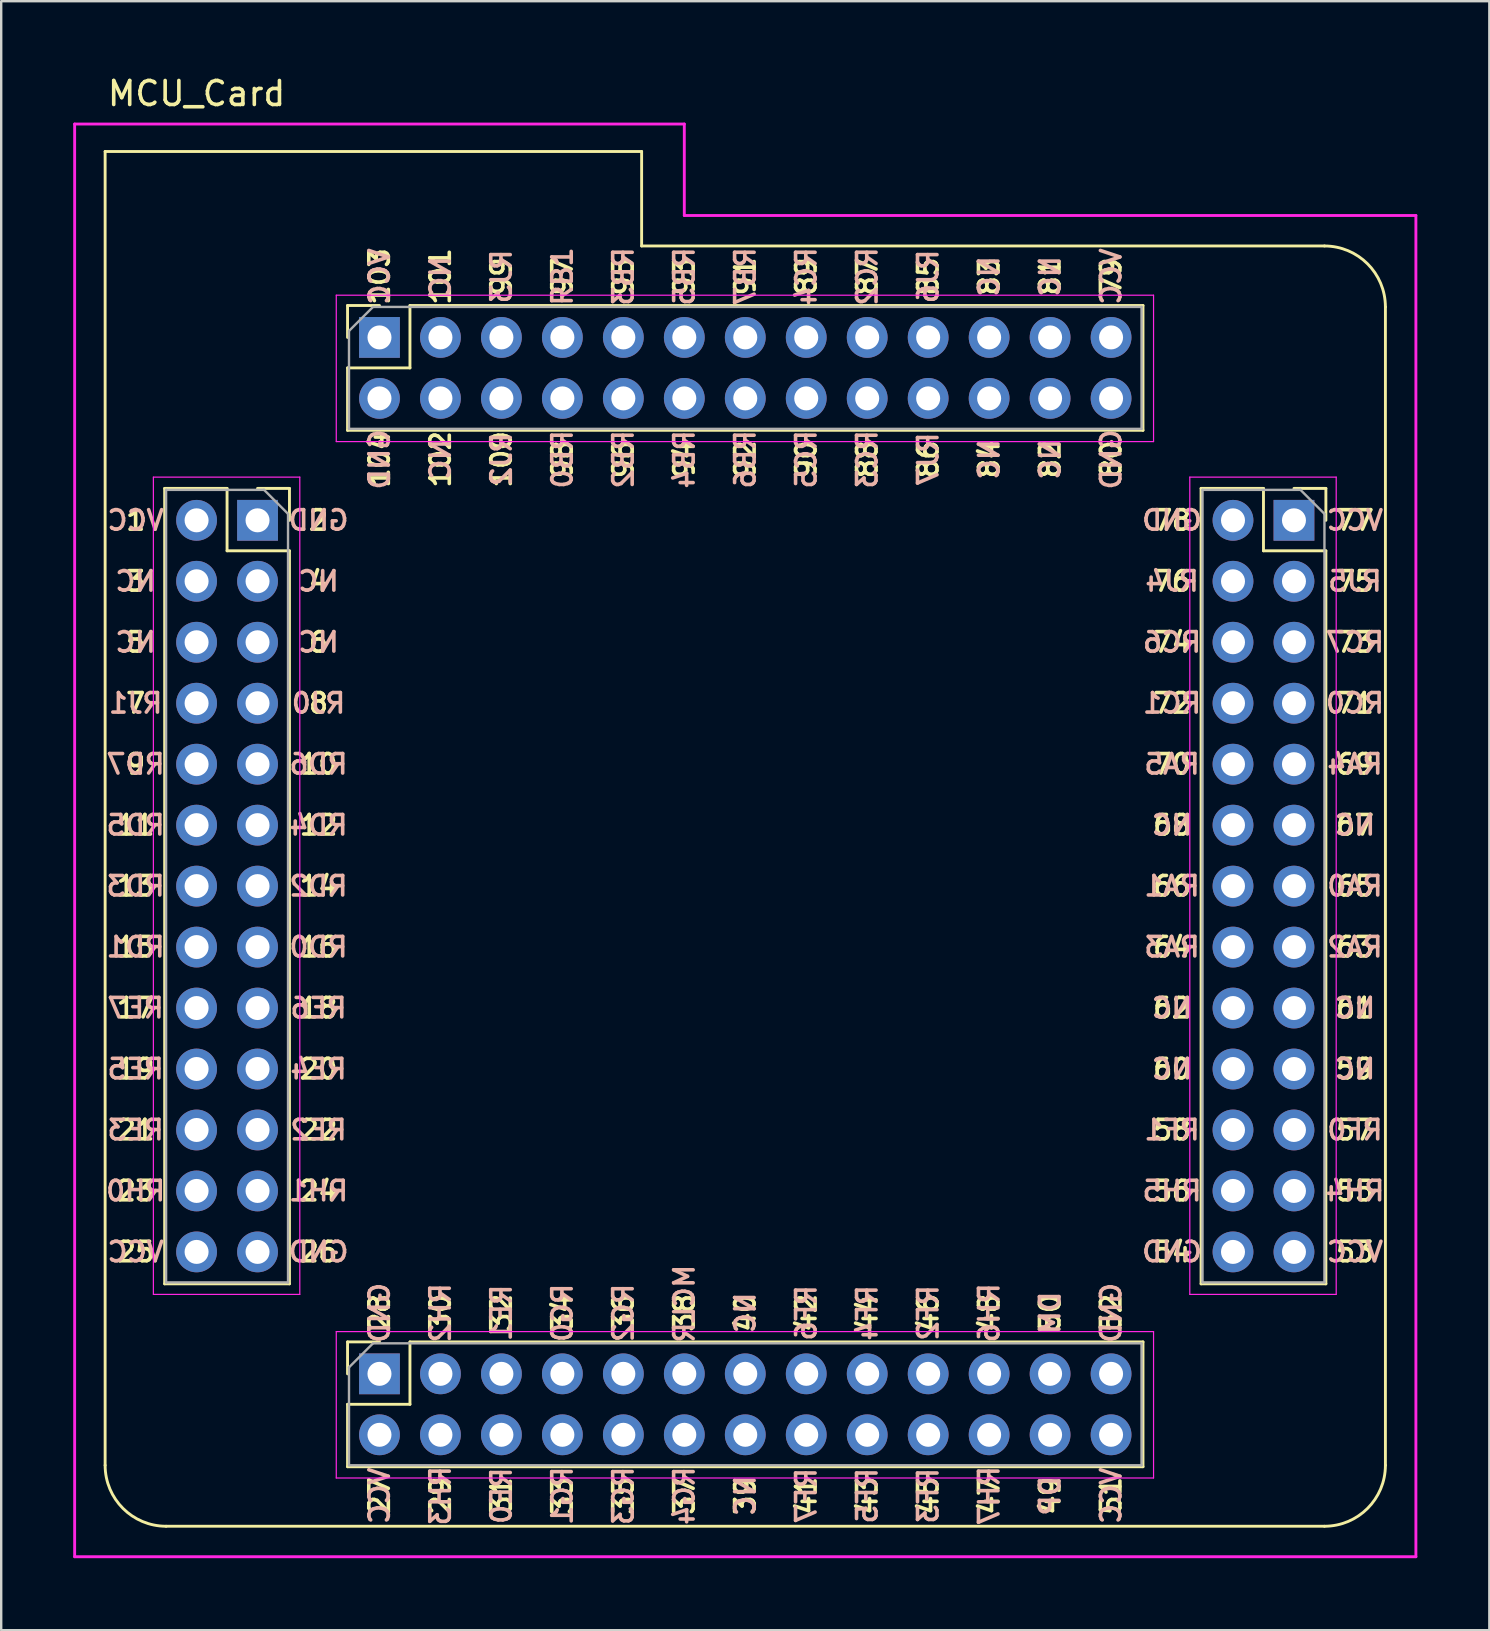
<source format=kicad_pcb>
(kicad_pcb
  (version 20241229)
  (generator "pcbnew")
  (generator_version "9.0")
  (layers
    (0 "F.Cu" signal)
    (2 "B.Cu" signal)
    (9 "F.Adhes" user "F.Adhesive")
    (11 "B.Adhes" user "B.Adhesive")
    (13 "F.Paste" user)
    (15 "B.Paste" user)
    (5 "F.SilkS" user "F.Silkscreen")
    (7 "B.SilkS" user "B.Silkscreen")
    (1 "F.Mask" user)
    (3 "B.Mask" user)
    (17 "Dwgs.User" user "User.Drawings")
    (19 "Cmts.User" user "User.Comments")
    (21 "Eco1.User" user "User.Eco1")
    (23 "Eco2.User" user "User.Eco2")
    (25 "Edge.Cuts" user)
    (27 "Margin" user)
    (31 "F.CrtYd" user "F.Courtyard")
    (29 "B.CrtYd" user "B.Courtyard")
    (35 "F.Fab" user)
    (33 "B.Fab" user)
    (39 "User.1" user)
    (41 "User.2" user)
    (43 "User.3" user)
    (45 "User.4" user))
  (footprint "MCU_Card"
    (layer "F.Cu")
    (at 7.68 33.868)
    (property "Reference" "MCU_Card" (at -2.54 -33.02 0) (layer "F.SilkS") (effects (font (size 1 1) (thickness 0.15))))
    (attr through_hole)
    (fp_line (start -6.35 -30.607) (end 16.002 -30.607) (stroke (width 0.12) (type solid)) (layer "F.SilkS"))
    (fp_line (start -6.35 24.13) (end -6.35 -30.607) (stroke (width 0.12) (type solid)) (layer "F.SilkS"))
    (fp_line (start -3.87 -16.57) (end -3.87 16.57) (stroke (width 0.12) (type solid)) (layer "F.SilkS"))
    (fp_line (start -3.87 -16.57) (end -1.27 -16.57) (stroke (width 0.12) (type solid)) (layer "F.SilkS"))
    (fp_line (start -3.87 16.57) (end 1.33 16.57) (stroke (width 0.12) (type solid)) (layer "F.SilkS"))
    (fp_line (start -1.27 -16.57) (end -1.27 -13.97) (stroke (width 0.12) (type solid)) (layer "F.SilkS"))
    (fp_line (start -1.27 -13.97) (end 1.33 -13.97) (stroke (width 0.12) (type solid)) (layer "F.SilkS"))
    (fp_line (start 0 -16.57) (end 1.33 -16.57) (stroke (width 0.12) (type solid)) (layer "F.SilkS"))
    (fp_line (start 1.33 -16.57) (end 1.33 -15.24) (stroke (width 0.12) (type solid)) (layer "F.SilkS"))
    (fp_line (start 1.33 -13.97) (end 1.33 16.57) (stroke (width 0.12) (type solid)) (layer "F.SilkS"))
    (fp_line (start 3.75 -24.19) (end 5.08 -24.19) (stroke (width 0.12) (type solid)) (layer "F.SilkS"))
    (fp_line (start 3.75 -22.86) (end 3.75 -24.19) (stroke (width 0.12) (type solid)) (layer "F.SilkS"))
    (fp_line (start 3.75 -21.59) (end 6.35 -21.59) (stroke (width 0.12) (type solid)) (layer "F.SilkS"))
    (fp_line (start 3.75 -18.99) (end 3.75 -21.59) (stroke (width 0.12) (type solid)) (layer "F.SilkS"))
    (fp_line (start 3.75 -18.99) (end 36.89 -18.99) (stroke (width 0.12) (type solid)) (layer "F.SilkS"))
    (fp_line (start 3.75 18.99) (end 5.08 18.99) (stroke (width 0.12) (type solid)) (layer "F.SilkS"))
    (fp_line (start 3.75 20.32) (end 3.75 18.99) (stroke (width 0.12) (type solid)) (layer "F.SilkS"))
    (fp_line (start 3.75 21.59) (end 6.35 21.59) (stroke (width 0.12) (type solid)) (layer "F.SilkS"))
    (fp_line (start 3.75 24.19) (end 3.75 21.59) (stroke (width 0.12) (type solid)) (layer "F.SilkS"))
    (fp_line (start 3.75 24.19) (end 36.89 24.19) (stroke (width 0.12) (type solid)) (layer "F.SilkS"))
    (fp_line (start 6.35 -24.19) (end 36.89 -24.19) (stroke (width 0.12) (type solid)) (layer "F.SilkS"))
    (fp_line (start 6.35 -21.59) (end 6.35 -24.19) (stroke (width 0.12) (type solid)) (layer "F.SilkS"))
    (fp_line (start 6.35 18.99) (end 36.89 18.99) (stroke (width 0.12) (type solid)) (layer "F.SilkS"))
    (fp_line (start 6.35 21.59) (end 6.35 18.99) (stroke (width 0.12) (type solid)) (layer "F.SilkS"))
    (fp_line (start 16.002 -26.67) (end 16.002 -30.607) (stroke (width 0.12) (type solid)) (layer "F.SilkS"))
    (fp_line (start 36.89 -18.99) (end 36.89 -24.19) (stroke (width 0.12) (type solid)) (layer "F.SilkS"))
    (fp_line (start 36.89 24.19) (end 36.89 18.99) (stroke (width 0.12) (type solid)) (layer "F.SilkS"))
    (fp_line (start 39.31 -16.57) (end 39.31 16.57) (stroke (width 0.12) (type solid)) (layer "F.SilkS"))
    (fp_line (start 39.31 -16.57) (end 41.91 -16.57) (stroke (width 0.12) (type solid)) (layer "F.SilkS"))
    (fp_line (start 39.31 16.57) (end 44.51 16.57) (stroke (width 0.12) (type solid)) (layer "F.SilkS"))
    (fp_line (start 41.91 -16.57) (end 41.91 -13.97) (stroke (width 0.12) (type solid)) (layer "F.SilkS"))
    (fp_line (start 41.91 -13.97) (end 44.51 -13.97) (stroke (width 0.12) (type solid)) (layer "F.SilkS"))
    (fp_line (start 43.18 -16.57) (end 44.51 -16.57) (stroke (width 0.12) (type solid)) (layer "F.SilkS"))
    (fp_line (start 44.45 -26.67) (end 16.002 -26.67) (stroke (width 0.12) (type solid)) (layer "F.SilkS"))
    (fp_line (start 44.45 26.67) (end -3.81 26.67) (stroke (width 0.12) (type solid)) (layer "F.SilkS"))
    (fp_line (start 44.51 -16.57) (end 44.51 -15.24) (stroke (width 0.12) (type solid)) (layer "F.SilkS"))
    (fp_line (start 44.51 -13.97) (end 44.51 16.57) (stroke (width 0.12) (type solid)) (layer "F.SilkS"))
    (fp_line (start 46.99 24.13) (end 46.99 -24.13) (stroke (width 0.12) (type solid)) (layer "F.SilkS"))
    (fp_arc (start -3.81 26.67) (mid -5.606051 25.926051) (end -6.35 24.13) (stroke (width 0.12) (type solid)) (layer "F.SilkS"))
    (fp_arc (start 44.45 -26.67) (mid 46.246051 -25.926051) (end 46.99 -24.13) (stroke (width 0.12) (type solid)) (layer "F.SilkS"))
    (fp_arc (start 46.99 24.13) (mid 46.246051 25.926051) (end 44.45 26.67) (stroke (width 0.12) (type solid)) (layer "F.SilkS"))
    (fp_line (start -7.62 -31.75) (end -7.62 27.94) (stroke (width 0.12) (type solid)) (layer "F.CrtYd"))
    (fp_line (start -7.62 27.94) (end 48.26 27.94) (stroke (width 0.12) (type solid)) (layer "F.CrtYd"))
    (fp_line (start -4.34 -17.04) (end 1.76 -17.04) (stroke (width 0.05) (type solid)) (layer "F.CrtYd"))
    (fp_line (start -4.34 17.01) (end -4.34 -17.04) (stroke (width 0.05) (type solid)) (layer "F.CrtYd"))
    (fp_line (start 1.76 -17.04) (end 1.76 17.01) (stroke (width 0.05) (type solid)) (layer "F.CrtYd"))
    (fp_line (start 1.76 17.01) (end -4.34 17.01) (stroke (width 0.05) (type solid)) (layer "F.CrtYd"))
    (fp_line (start 3.28 -24.62) (end 37.33 -24.62) (stroke (width 0.05) (type solid)) (layer "F.CrtYd"))
    (fp_line (start 3.28 -18.52) (end 3.28 -24.62) (stroke (width 0.05) (type solid)) (layer "F.CrtYd"))
    (fp_line (start 3.28 18.56) (end 37.33 18.56) (stroke (width 0.05) (type solid)) (layer "F.CrtYd"))
    (fp_line (start 3.28 24.66) (end 3.28 18.56) (stroke (width 0.05) (type solid)) (layer "F.CrtYd"))
    (fp_line (start 17.78 -31.75) (end -7.62 -31.75) (stroke (width 0.12) (type solid)) (layer "F.CrtYd"))
    (fp_line (start 17.78 -27.94) (end 17.78 -31.75) (stroke (width 0.12) (type solid)) (layer "F.CrtYd"))
    (fp_line (start 37.33 -24.62) (end 37.33 -18.52) (stroke (width 0.05) (type solid)) (layer "F.CrtYd"))
    (fp_line (start 37.33 -18.52) (end 3.28 -18.52) (stroke (width 0.05) (type solid)) (layer "F.CrtYd"))
    (fp_line (start 37.33 18.56) (end 37.33 24.66) (stroke (width 0.05) (type solid)) (layer "F.CrtYd"))
    (fp_line (start 37.33 24.66) (end 3.28 24.66) (stroke (width 0.05) (type solid)) (layer "F.CrtYd"))
    (fp_line (start 38.84 -17.04) (end 44.94 -17.04) (stroke (width 0.05) (type solid)) (layer "F.CrtYd"))
    (fp_line (start 38.84 17.01) (end 38.84 -17.04) (stroke (width 0.05) (type solid)) (layer "F.CrtYd"))
    (fp_line (start 44.94 -17.04) (end 44.94 17.01) (stroke (width 0.05) (type solid)) (layer "F.CrtYd"))
    (fp_line (start 44.94 17.01) (end 38.84 17.01) (stroke (width 0.05) (type solid)) (layer "F.CrtYd"))
    (fp_line (start 48.26 -27.94) (end 17.78 -27.94) (stroke (width 0.12) (type solid)) (layer "F.CrtYd"))
    (fp_line (start 48.26 27.94) (end 48.26 -27.94) (stroke (width 0.12) (type solid)) (layer "F.CrtYd"))
    (fp_line (start -3.81 -16.51) (end 0.27 -16.51) (stroke (width 0.1) (type solid)) (layer "F.Fab"))
    (fp_line (start -3.81 16.51) (end -3.81 -16.51) (stroke (width 0.1) (type solid)) (layer "F.Fab"))
    (fp_line (start 0.27 -16.51) (end 1.27 -15.51) (stroke (width 0.1) (type solid)) (layer "F.Fab"))
    (fp_line (start 1.27 -15.51) (end 1.27 16.51) (stroke (width 0.1) (type solid)) (layer "F.Fab"))
    (fp_line (start 1.27 16.51) (end -3.81 16.51) (stroke (width 0.1) (type solid)) (layer "F.Fab"))
    (fp_line (start 3.81 -23.13) (end 4.81 -24.13) (stroke (width 0.1) (type solid)) (layer "F.Fab"))
    (fp_line (start 3.81 -19.05) (end 3.81 -23.13) (stroke (width 0.1) (type solid)) (layer "F.Fab"))
    (fp_line (start 3.81 20.05) (end 4.81 19.05) (stroke (width 0.1) (type solid)) (layer "F.Fab"))
    (fp_line (start 3.81 24.13) (end 3.81 20.05) (stroke (width 0.1) (type solid)) (layer "F.Fab"))
    (fp_line (start 4.81 -24.13) (end 36.83 -24.13) (stroke (width 0.1) (type solid)) (layer "F.Fab"))
    (fp_line (start 4.81 19.05) (end 36.83 19.05) (stroke (width 0.1) (type solid)) (layer "F.Fab"))
    (fp_line (start 36.83 -24.13) (end 36.83 -19.05) (stroke (width 0.1) (type solid)) (layer "F.Fab"))
    (fp_line (start 36.83 -19.05) (end 3.81 -19.05) (stroke (width 0.1) (type solid)) (layer "F.Fab"))
    (fp_line (start 36.83 19.05) (end 36.83 24.13) (stroke (width 0.1) (type solid)) (layer "F.Fab"))
    (fp_line (start 36.83 24.13) (end 3.81 24.13) (stroke (width 0.1) (type solid)) (layer "F.Fab"))
    (fp_line (start 39.37 -16.51) (end 43.45 -16.51) (stroke (width 0.1) (type solid)) (layer "F.Fab"))
    (fp_line (start 39.37 16.51) (end 39.37 -16.51) (stroke (width 0.1) (type solid)) (layer "F.Fab"))
    (fp_line (start 43.45 -16.51) (end 44.45 -15.51) (stroke (width 0.1) (type solid)) (layer "F.Fab"))
    (fp_line (start 44.45 -15.51) (end 44.45 16.51) (stroke (width 0.1) (type solid)) (layer "F.Fab"))
    (fp_line (start 44.45 16.51) (end 39.37 16.51) (stroke (width 0.1) (type solid)) (layer "F.Fab"))
    (fp_text user "9" (at -5.08 -5.08 0) (layer "F.SilkS") (effects (font (size 0.813 0.813) (thickness 0.15))))
    (fp_text user "8" (at 2.54 -7.62 0) (layer "F.SilkS") (effects (font (size 0.813 0.813) (thickness 0.15))))
    (fp_text user "52" (at 35.56 17.78 90) (layer "F.SilkS") (effects (font (size 0.813 0.813) (thickness 0.15))))
    (fp_text user "31" (at 10.16 25.4 90) (layer "F.SilkS") (effects (font (size 0.813 0.787) (thickness 0.15))))
    (fp_text user "73" (at 45.72 -10.16 0) (layer "F.SilkS") (effects (font (size 0.813 0.813) (thickness 0.15))))
    (fp_text user "60" (at 38.1 7.62 0) (layer "F.SilkS") (effects (font (size 0.813 0.813) (thickness 0.15))))
    (fp_text user "34" (at 12.7 17.78 90) (layer "F.SilkS") (effects (font (size 0.813 0.813) (thickness 0.15))))
    (fp_text user "13" (at -5.08 0 0) (layer "F.SilkS") (effects (font (size 0.813 0.813) (thickness 0.15))))
    (fp_text user "53" (at 45.72 15.24 0) (layer "F.SilkS") (effects (font (size 0.813 0.813) (thickness 0.15))))
    (fp_text user "101" (at 7.62 -25.4 90) (layer "F.SilkS") (effects (font (size 0.813 0.813) (thickness 0.15))))
    (fp_text user "68" (at 38.1 -2.54 0) (layer "F.SilkS") (effects (font (size 0.813 0.813) (thickness 0.15))))
    (fp_text user "23" (at -5.08 12.7 0) (layer "F.SilkS") (effects (font (size 0.813 0.813) (thickness 0.15))))
    (fp_text user "50" (at 33.02 17.78 90) (layer "F.SilkS") (effects (font (size 0.813 0.813) (thickness 0.15))))
    (fp_text user "75" (at 45.72 -12.7 0) (layer "F.SilkS") (effects (font (size 0.813 0.813) (thickness 0.15))))
    (fp_text user "83" (at 30.48 -25.4 90) (layer "F.SilkS") (effects (font (size 0.813 0.813) (thickness 0.15))))
    (fp_text user "28" (at 5.08 17.78 90) (layer "F.SilkS") (effects (font (size 0.813 0.813) (thickness 0.15))))
    (fp_text user "26" (at 2.54 15.24 0) (layer "F.SilkS") (effects (font (size 0.813 0.813) (thickness 0.15))))
    (fp_text user "33" (at 12.7 25.4 90) (layer "F.SilkS") (effects (font (size 0.813 0.813) (thickness 0.15))))
    (fp_text user "2" (at 2.54 -15.24 0) (layer "F.SilkS") (effects (font (size 0.813 0.813) (thickness 0.15))))
    (fp_text user "11" (at -5.08 -2.54 0) (layer "F.SilkS") (effects (font (size 0.813 0.813) (thickness 0.15))))
    (fp_text user "98" (at 12.7 -17.78 90) (layer "F.SilkS") (effects (font (size 0.813 0.813) (thickness 0.15))))
    (fp_text user "22" (at 2.54 10.16 0) (layer "F.SilkS") (effects (font (size 0.813 0.813) (thickness 0.15))))
    (fp_text user "96" (at 15.24 -17.78 90) (layer "F.SilkS") (effects (font (size 0.813 0.813) (thickness 0.15))))
    (fp_text user "5" (at -5.08 -10.16 0) (layer "F.SilkS") (effects (font (size 0.813 0.813) (thickness 0.15))))
    (fp_text user "57" (at 45.72 10.16 0) (layer "F.SilkS") (effects (font (size 0.813 0.813) (thickness 0.15))))
    (fp_text user "6" (at 2.54 -10.16 0) (layer "F.SilkS") (effects (font (size 0.813 0.813) (thickness 0.15))))
    (fp_text user "72" (at 38.1 -7.62 0) (layer "F.SilkS") (effects (font (size 0.813 0.813) (thickness 0.15))))
    (fp_text user "61" (at 45.72 5.08 0) (layer "F.SilkS") (effects (font (size 0.813 0.813) (thickness 0.15))))
    (fp_text user "15" (at -5.08 2.54 0) (layer "F.SilkS") (effects (font (size 0.813 0.813) (thickness 0.15))))
    (fp_text user "102" (at 7.62 -17.78 90) (layer "F.SilkS") (effects (font (size 0.813 0.813) (thickness 0.15))))
    (fp_text user "20" (at 2.54 7.62 0) (layer "F.SilkS") (effects (font (size 0.813 0.813) (thickness 0.15))))
    (fp_text user "43" (at 25.4 25.4 90) (layer "F.SilkS") (effects (font (size 0.813 0.813) (thickness 0.15))))
    (fp_text user "91" (at 20.32 -25.4 90) (layer "F.SilkS") (effects (font (size 0.813 0.813) (thickness 0.15))))
    (fp_text user "16" (at 2.54 2.54 0) (layer "F.SilkS") (effects (font (size 0.813 0.813) (thickness 0.15))))
    (fp_text user "40" (at 20.32 17.78 90) (layer "F.SilkS") (effects (font (size 0.813 0.813) (thickness 0.15))))
    (fp_text user "66" (at 38.1 0 180) (layer "F.SilkS") (effects (font (size 0.813 0.813) (thickness 0.15))))
    (fp_text user "62" (at 38.1 5.08 0) (layer "F.SilkS") (effects (font (size 0.813 0.813) (thickness 0.15))))
    (fp_text user "42" (at 22.86 17.78 90) (layer "F.SilkS") (effects (font (size 0.813 0.813) (thickness 0.15))))
    (fp_text user "99" (at 10.16 -25.4 90) (layer "F.SilkS") (effects (font (size 0.813 0.813) (thickness 0.15))))
    (fp_text user "56" (at 38.1 12.7 0) (layer "F.SilkS") (effects (font (size 0.813 0.813) (thickness 0.15))))
    (fp_text user "10" (at 2.54 -5.08 0) (layer "F.SilkS") (effects (font (size 0.813 0.813) (thickness 0.15))))
    (fp_text user "64" (at 38.1 2.54 0) (layer "F.SilkS") (effects (font (size 0.813 0.813) (thickness 0.15))))
    (fp_text user "44" (at 25.4 17.78 90) (layer "F.SilkS") (effects (font (size 0.813 0.813) (thickness 0.15))))
    (fp_text user "70" (at 38.1 -5.08 0) (layer "F.SilkS") (effects (font (size 0.813 0.813) (thickness 0.15))))
    (fp_text user "86" (at 27.94 -17.78 90) (layer "F.SilkS") (effects (font (size 0.813 0.813) (thickness 0.15))))
    (fp_text user "92" (at 20.32 -17.78 90) (layer "F.SilkS") (effects (font (size 0.813 0.813) (thickness 0.15))))
    (fp_text user "51" (at 35.56 25.4 90) (layer "F.SilkS") (effects (font (size 0.813 0.813) (thickness 0.15))))
    (fp_text user "12" (at 2.54 -2.54 0) (layer "F.SilkS") (effects (font (size 0.813 0.813) (thickness 0.15))))
    (fp_text user "17" (at -5.08 5.08 0) (layer "F.SilkS") (effects (font (size 0.813 0.813) (thickness 0.15))))
    (fp_text user "39" (at 20.32 25.4 90) (layer "F.SilkS") (effects (font (size 0.813 0.813) (thickness 0.15))))
    (fp_text user "65" (at 45.72 0 0) (layer "F.SilkS") (effects (font (size 0.813 0.813) (thickness 0.15))))
    (fp_text user "104" (at 5.08 -17.78 90) (layer "F.SilkS") (effects (font (size 0.813 0.813) (thickness 0.15))))
    (fp_text user "49" (at 33.02 25.4 90) (layer "F.SilkS") (effects (font (size 0.813 0.813) (thickness 0.15))))
    (fp_text user "59" (at 45.72 7.62 0) (layer "F.SilkS") (effects (font (size 0.813 0.813) (thickness 0.15))))
    (fp_text user "30" (at 7.62 17.78 90) (layer "F.SilkS") (effects (font (size 0.813 0.813) (thickness 0.15))))
    (fp_text user "78" (at 38.1 -15.24 0) (layer "F.SilkS") (effects (font (size 0.813 0.813) (thickness 0.15))))
    (fp_text user "46" (at 27.94 17.78 90) (layer "F.SilkS") (effects (font (size 0.813 0.813) (thickness 0.15))))
    (fp_text user "80" (at 35.56 -17.78 90) (layer "F.SilkS") (effects (font (size 0.813 0.813) (thickness 0.15))))
    (fp_text user "19" (at -5.08 7.62 0) (layer "F.SilkS") (effects (font (size 0.813 0.813) (thickness 0.15))))
    (fp_text user "90" (at 22.86 -17.78 90) (layer "F.SilkS") (effects (font (size 0.813 0.813) (thickness 0.15))))
    (fp_text user "35" (at 15.24 25.4 90) (layer "F.SilkS") (effects (font (size 0.813 0.813) (thickness 0.15))))
    (fp_text user "14" (at 2.54 0 0) (layer "F.SilkS") (effects (font (size 0.813 0.813) (thickness 0.15))))
    (fp_text user "94" (at 17.78 -17.78 90) (layer "F.SilkS") (effects (font (size 0.813 0.813) (thickness 0.15))))
    (fp_text user "103" (at 5.08 -25.4 90) (layer "F.SilkS") (effects (font (size 0.813 0.813) (thickness 0.15))))
    (fp_text user "18" (at 2.54 5.08 0) (layer "F.SilkS") (effects (font (size 0.813 0.813) (thickness 0.15))))
    (fp_text user "71" (at 45.72 -7.62 0) (layer "F.SilkS") (effects (font (size 0.813 0.813) (thickness 0.15))))
    (fp_text user "4" (at 2.54 -12.7 0) (layer "F.SilkS") (effects (font (size 0.813 0.813) (thickness 0.15))))
    (fp_text user "95" (at 15.24 -25.4 90) (layer "F.SilkS") (effects (font (size 0.813 0.813) (thickness 0.15))))
    (fp_text user "81" (at 33.02 -25.4 90) (layer "F.SilkS") (effects (font (size 0.813 0.813) (thickness 0.15))))
    (fp_text user "84" (at 30.48 -17.78 90) (layer "F.SilkS") (effects (font (size 0.813 0.813) (thickness 0.15))))
    (fp_text user "97" (at 12.7 -25.4 90) (layer "F.SilkS") (effects (font (size 0.813 0.813) (thickness 0.15))))
    (fp_text user "3" (at -5.08 -12.7 0) (layer "F.SilkS") (effects (font (size 0.813 0.813) (thickness 0.15))))
    (fp_text user "45" (at 27.94 25.4 90) (layer "F.SilkS") (effects (font (size 0.813 0.813) (thickness 0.15))))
    (fp_text user "69" (at 45.72 -5.08 0) (layer "F.SilkS") (effects (font (size 0.813 0.813) (thickness 0.15))))
    (fp_text user "36" (at 15.24 17.78 90) (layer "F.SilkS") (effects (font (size 0.813 0.813) (thickness 0.15))))
    (fp_text user "67" (at 45.72 -2.54 0) (layer "F.SilkS") (effects (font (size 0.813 0.813) (thickness 0.15))))
    (fp_text user "32" (at 10.16 17.78 90) (layer "F.SilkS") (effects (font (size 0.813 0.813) (thickness 0.15))))
    (fp_text user "55" (at 45.72 12.7 0) (layer "F.SilkS") (effects (font (size 0.813 0.813) (thickness 0.15))))
    (fp_text user "88" (at 25.4 -17.78 90) (layer "F.SilkS") (effects (font (size 0.813 0.813) (thickness 0.15))))
    (fp_text user "48" (at 30.48 17.78 90) (layer "F.SilkS") (effects (font (size 0.813 0.813) (thickness 0.15))))
    (fp_text user "79" (at 35.56 -25.4 90) (layer "F.SilkS") (effects (font (size 0.813 0.813) (thickness 0.15))))
    (fp_text user "100" (at 10.16 -17.78 90) (layer "F.SilkS") (effects (font (size 0.813 0.813) (thickness 0.15))))
    (fp_text user "25" (at -5.08 15.24 0) (layer "F.SilkS") (effects (font (size 0.813 0.813) (thickness 0.15))))
    (fp_text user "87" (at 25.4 -25.4 90) (layer "F.SilkS") (effects (font (size 0.813 0.813) (thickness 0.15))))
    (fp_text user "24" (at 2.54 12.7 0) (layer "F.SilkS") (effects (font (size 0.813 0.813) (thickness 0.15))))
    (fp_text user "85" (at 27.94 -25.4 90) (layer "F.SilkS") (effects (font (size 0.813 0.813) (thickness 0.15))))
    (fp_text user "89" (at 22.86 -25.4 90) (layer "F.SilkS") (effects (font (size 0.813 0.813) (thickness 0.15))))
    (fp_text user "29" (at 7.62 25.4 90) (layer "F.SilkS") (effects (font (size 0.813 0.813) (thickness 0.15))))
    (fp_text user "7" (at -5.08 -7.62 0) (layer "F.SilkS") (effects (font (size 0.813 0.813) (thickness 0.15))))
    (fp_text user "47" (at 30.48 25.4 90) (layer "F.SilkS") (effects (font (size 0.813 0.813) (thickness 0.15))))
    (fp_text user "37" (at 17.78 25.4 90) (layer "F.SilkS") (effects (font (size 0.813 0.813) (thickness 0.15))))
    (fp_text user "41" (at 22.86 25.4 90) (layer "F.SilkS") (effects (font (size 0.813 0.813) (thickness 0.15))))
    (fp_text user "1" (at -5.08 -15.24 0) (layer "F.SilkS") (effects (font (size 0.813 0.813) (thickness 0.15))))
    (fp_text user "63" (at 45.72 2.54 0) (layer "F.SilkS") (effects (font (size 0.813 0.813) (thickness 0.15))))
    (fp_text user "38" (at 17.78 17.78 90) (layer "F.SilkS") (effects (font (size 0.813 0.813) (thickness 0.15))))
    (fp_text user "93" (at 17.78 -25.4 90) (layer "F.SilkS") (effects (font (size 0.813 0.813) (thickness 0.15))))
    (fp_text user "82" (at 33.02 -17.78 90) (layer "F.SilkS") (effects (font (size 0.813 0.813) (thickness 0.15))))
    (fp_text user "76" (at 38.1 -12.7 0) (layer "F.SilkS") (effects (font (size 0.813 0.813) (thickness 0.15))))
    (fp_text user "27" (at 5.08 25.4 90) (layer "F.SilkS") (effects (font (size 0.813 0.813) (thickness 0.15))))
    (fp_text user "74" (at 38.1 -10.16 0) (layer "F.SilkS") (effects (font (size 0.813 0.813) (thickness 0.15))))
    (fp_text user "58" (at 38.1 10.16 0) (layer "F.SilkS") (effects (font (size 0.813 0.813) (thickness 0.15))))
    (fp_text user "54" (at 38.1 15.24 0) (layer "F.SilkS") (effects (font (size 0.813 0.813) (thickness 0.15))))
    (fp_text user "21" (at -5.08 10.16 0) (layer "F.SilkS") (effects (font (size 0.813 0.813) (thickness 0.15))))
    (fp_text user "77" (at 45.72 -15.24 0) (layer "F.SilkS") (effects (font (size 0.813 0.813) (thickness 0.15))))
    (fp_text user "RJ7" (at 27.94 -17.78 90) (layer "B.SilkS") (effects (font (size 0.813 0.813) (thickness 0.15)) (justify mirror)))
    (fp_text user "RB4" (at 17.78 -17.78 90) (layer "B.SilkS") (effects (font (size 0.813 0.813) (thickness 0.15)) (justify mirror)))
    (fp_text user "NC" (at 20.32 17.78 90) (layer "B.SilkS") (effects (font (size 0.813 0.813) (thickness 0.15)) (justify mirror)))
    (fp_text user "RE2" (at 2.54 10.16 0) (layer "B.SilkS") (effects (font (size 0.813 0.813) (thickness 0.15)) (justify mirror)))
    (fp_text user "GND" (at 2.54 15.24 0) (layer "B.SilkS") (effects (font (size 0.813 0.813) (thickness 0.15)) (justify mirror)))
    (fp_text user "RH7" (at 30.48 25.4 270) (layer "B.SilkS") (effects (font (size 0.813 0.813) (thickness 0.15)) (justify mirror)))
    (fp_text user "RB1" (at 12.7 -25.4 90) (layer "B.SilkS") (effects (font (size 0.813 0.813) (thickness 0.15))))
    (fp_text user "RB2" (at 15.24 -17.78 90) (layer "B.SilkS") (effects (font (size 0.813 0.813) (thickness 0.15)) (justify mirror)))
    (fp_text user "RH6" (at 30.48 17.78 90) (layer "B.SilkS") (effects (font (size 0.813 0.813) (thickness 0.15)) (justify mirror)))
    (fp_text user "RD3" (at -5.08 0 0) (layer "B.SilkS") (effects (font (size 0.813 0.813) (thickness 0.15)) (justify mirror)))
    (fp_text user "RC3" (at 25.4 -17.78 90) (layer "B.SilkS") (effects (font (size 0.813 0.813) (thickness 0.15)) (justify mirror)))
    (fp_text user "NC" (at 2.54 -10.16 0) (layer "B.SilkS") (effects (font (size 0.813 0.813) (thickness 0.15)) (justify mirror)))
    (fp_text user "NC" (at 38.1 -2.54 0) (layer "B.SilkS") (effects (font (size 0.813 0.813) (thickness 0.15)) (justify mirror)))
    (fp_text user "RE1" (at 10.16 17.78 90) (layer "B.SilkS") (effects (font (size 0.813 0.813) (thickness 0.15)) (justify mirror)))
    (fp_text user "RB0" (at 12.7 -17.78 90) (layer "B.SilkS") (effects (font (size 0.813 0.813) (thickness 0.15)) (justify mirror)))
    (fp_text user "RE0" (at 10.16 25.4 270) (layer "B.SilkS") (effects (font (size 0.813 0.813) (thickness 0.15)) (justify mirror)))
    (fp_text user "RF3" (at 27.94 25.4 270) (layer "B.SilkS") (effects (font (size 0.813 0.813) (thickness 0.15)) (justify mirror)))
    (fp_text user "GND" (at 5.08 17.78 90) (layer "B.SilkS") (effects (font (size 0.813 0.813) (thickness 0.15)) (justify mirror)))
    (fp_text user "RA0" (at 45.72 0 0) (layer "B.SilkS") (effects (font (size 0.813 0.813) (thickness 0.15)) (justify mirror)))
    (fp_text user "RB6" (at 20.32 -17.78 90) (layer "B.SilkS") (effects (font (size 0.813 0.813) (thickness 0.15)) (justify mirror)))
    (fp_text user "VCC" (at 5.08 -25.4 90) (layer "B.SilkS") (effects (font (size 0.813 0.813) (thickness 0.15)) (justify mirror)))
    (fp_text user "NC" (at -5.08 -12.7 0) (layer "B.SilkS") (effects (font (size 0.813 0.813) (thickness 0.15)) (justify mirror)))
    (fp_text user "GND" (at 5.08 -17.78 90) (layer "B.SilkS") (effects (font (size 0.813 0.813) (thickness 0.15)) (justify mirror)))
    (fp_text user "RA1" (at 38.1 0 0) (layer "B.SilkS") (effects (font (size 0.813 0.813) (thickness 0.15)) (justify mirror)))
    (fp_text user "NC" (at 33.02 -25.4 90) (layer "B.SilkS") (effects (font (size 0.813 0.813) (thickness 0.15)) (justify mirror)))
    (fp_text user "RF4" (at 25.4 17.78 90) (layer "B.SilkS") (effects (font (size 0.813 0.813) (thickness 0.15)) (justify mirror)))
    (fp_text user "RB5" (at 17.78 -25.4 90) (layer "B.SilkS") (effects (font (size 0.813 0.813) (thickness 0.15)) (justify mirror)))
    (fp_text user "RF7" (at 22.86 25.4 270) (layer "B.SilkS") (effects (font (size 0.813 0.813) (thickness 0.15)) (justify mirror)))
    (fp_text user "RJ1" (at -5.08 -7.62 0) (layer "B.SilkS") (effects (font (size 0.813 0.813) (thickness 0.15)) (justify mirror)))
    (fp_text user "VCC" (at 45.72 15.24 0) (layer "B.SilkS") (effects (font (size 0.813 0.813) (thickness 0.15)) (justify mirror)))
    (fp_text user "RH5" (at 38.1 12.7 0) (layer "B.SilkS") (effects (font (size 0.813 0.813) (thickness 0.15)) (justify mirror)))
    (fp_text user "RH2" (at 7.62 17.78 90) (layer "B.SilkS") (effects (font (size 0.813 0.813) (thickness 0.15)) (justify mirror)))
    (fp_text user "VCC" (at 45.72 -15.24 0) (layer "B.SilkS") (effects (font (size 0.813 0.813) (thickness 0.15)) (justify mirror)))
    (fp_text user "RD1" (at -5.08 2.54 0) (layer "B.SilkS") (effects (font (size 0.813 0.813) (thickness 0.15)) (justify mirror)))
    (fp_text user "GND" (at 35.56 -17.78 90) (layer "B.SilkS") (effects (font (size 0.813 0.813) (thickness 0.15)) (justify mirror)))
    (fp_text user "RD0" (at 2.54 2.54 0) (layer "B.SilkS") (effects (font (size 0.813 0.813) (thickness 0.15)) (justify mirror)))
    (fp_text user "RD2" (at 2.54 0 0) (layer "B.SilkS") (effects (font (size 0.813 0.813) (thickness 0.15)) (justify mirror)))
    (fp_text user "NC" (at 45.72 -2.54 0) (layer "B.SilkS") (effects (font (size 0.813 0.813) (thickness 0.15)) (justify mirror)))
    (fp_text user "RE6" (at 2.54 5.08 0) (layer "B.SilkS") (effects (font (size 0.813 0.813) (thickness 0.15)) (justify mirror)))
    (fp_text user "VCC" (at -5.08 15.24 0) (layer "B.SilkS") (effects (font (size 0.813 0.813) (thickness 0.15)) (justify mirror)))
    (fp_text user "NC" (at 7.62 -17.78 90) (layer "B.SilkS") (effects (font (size 0.813 0.813) (thickness 0.15)) (justify mirror)))
    (fp_text user "VCC" (at 5.08 25.4 270) (layer "B.SilkS") (effects (font (size 0.813 0.813) (thickness 0.15)) (justify mirror)))
    (fp_text user "RF5" (at 25.4 25.4 270) (layer "B.SilkS") (effects (font (size 0.813 0.813) (thickness 0.15)) (justify mirror)))
    (fp_text user "NC" (at 38.1 5.08 0) (layer "B.SilkS") (effects (font (size 0.813 0.813) (thickness 0.15)) (justify mirror)))
    (fp_text user "GND" (at 35.56 17.78 90) (layer "B.SilkS") (effects (font (size 0.813 0.813) (thickness 0.15)) (justify mirror)))
    (fp_text user "NC" (at 20.32 25.4 270) (layer "B.SilkS") (effects (font (size 0.813 0.813) (thickness 0.15)) (justify mirror)))
    (fp_text user "NC" (at 45.72 5.08 0) (layer "B.SilkS") (effects (font (size 0.813 0.813) (thickness 0.15)) (justify mirror)))
    (fp_text user "RJ3" (at 10.16 -25.4 90) (layer "B.SilkS") (effects (font (size 0.813 0.813) (thickness 0.15)) (justify mirror)))
    (fp_text user "GND" (at 38.1 -15.24 0) (layer "B.SilkS") (effects (font (size 0.813 0.813) (thickness 0.15)) (justify mirror)))
    (fp_text user "RD6" (at 2.54 -5.08 0) (layer "B.SilkS") (effects (font (size 0.813 0.813) (thickness 0.15)) (justify mirror)))
    (fp_text user "RC7" (at 45.72 -10.16 0) (layer "B.SilkS") (effects (font (size 0.813 0.813) (thickness 0.15)) (justify mirror)))
    (fp_text user "RH4" (at 45.72 12.7 0) (layer "B.SilkS") (effects (font (size 0.813 0.813) (thickness 0.15)) (justify mirror)))
    (fp_text user "NC" (at 33.02 -17.78 90) (layer "B.SilkS") (effects (font (size 0.813 0.813) (thickness 0.15)) (justify mirror)))
    (fp_text user "RF2" (at 27.94 17.78 90) (layer "B.SilkS") (effects (font (size 0.813 0.813) (thickness 0.15)) (justify mirror)))
    (fp_text user "VCC" (at -5.08 -15.24 0) (layer "B.SilkS") (effects (font (size 0.813 0.813) (thickness 0.15)) (justify mirror)))
    (fp_text user "RH3" (at 7.62 25.4 90) (layer "B.SilkS") (effects (font (size 0.813 0.813) (thickness 0.15)) (justify mirror)))
    (fp_text user "RH1" (at 2.54 12.7 0) (layer "B.SilkS") (effects (font (size 0.813 0.813) (thickness 0.15)) (justify mirror)))
    (fp_text user "NC" (at 30.48 -17.78 90) (layer "B.SilkS") (effects (font (size 0.813 0.813) (thickness 0.15)) (justify mirror)))
    (fp_text user "RC4" (at 22.86 -25.4 90) (layer "B.SilkS") (effects (font (size 0.813 0.813) (thickness 0.15)) (justify mirror)))
    (fp_text user "RE3" (at -5.08 10.16 0) (layer "B.SilkS") (effects (font (size 0.813 0.813) (thickness 0.15)) (justify mirror)))
    (fp_text user "DP" (at 33.02 25.4 270) (layer "B.SilkS") (effects (font (size 0.813 0.813) (thickness 0.15)) (justify mirror)))
    (fp_text user "NC" (at 38.1 7.62 0) (layer "B.SilkS") (effects (font (size 0.813 0.813) (thickness 0.15)) (justify mirror)))
    (fp_text user "RG4" (at 17.78 25.4 270) (layer "B.SilkS") (effects (font (size 0.813 0.813) (thickness 0.15)) (justify mirror)))
    (fp_text user "RJ6" (at 27.94 -25.4 90) (layer "B.SilkS") (effects (font (size 0.813 0.813) (thickness 0.15)) (justify mirror)))
    (fp_text user "RD7" (at -5.08 -5.08 0) (layer "B.SilkS") (effects (font (size 0.813 0.813) (thickness 0.15)) (justify mirror)))
    (fp_text user "RA5" (at 38.1 -5.08 0) (layer "B.SilkS") (effects (font (size 0.813 0.813) (thickness 0.15)) (justify mirror)))
    (fp_text user "DM" (at 33.02 17.78 90) (layer "B.SilkS") (effects (font (size 0.813 0.813) (thickness 0.15)) (justify mirror)))
    (fp_text user "RD5" (at -5.08 -2.54 0) (layer "B.SilkS") (effects (font (size 0.813 0.813) (thickness 0.15)) (justify mirror)))
    (fp_text user "NC" (at -5.08 -10.16 0) (layer "B.SilkS") (effects (font (size 0.813 0.813) (thickness 0.15)) (justify mirror)))
    (fp_text user "RD4" (at 2.54 -2.54 0) (layer "B.SilkS") (effects (font (size 0.813 0.813) (thickness 0.15)) (justify mirror)))
    (fp_text user "RC5" (at 22.86 -17.78 90) (layer "B.SilkS") (effects (font (size 0.813 0.813) (thickness 0.15)) (justify mirror)))
    (fp_text user "RF0" (at 45.72 10.16 0) (layer "B.SilkS") (effects (font (size 0.813 0.813) (thickness 0.15)) (justify mirror)))
    (fp_text user "RC6" (at 38.1 -10.16 0) (layer "B.SilkS") (effects (font (size 0.813 0.813) (thickness 0.15)) (justify mirror)))
    (fp_text user "RE7" (at -5.08 5.08 0) (layer "B.SilkS") (effects (font (size 0.813 0.813) (thickness 0.15)) (justify mirror)))
    (fp_text user "GND" (at 38.1 15.24 0) (layer "B.SilkS") (effects (font (size 0.813 0.813) (thickness 0.15)) (justify mirror)))
    (fp_text user "RA3" (at 38.1 2.54 0) (layer "B.SilkS") (effects (font (size 0.813 0.813) (thickness 0.15)) (justify mirror)))
    (fp_text user "RJ0" (at 2.54 -7.62 0) (layer "B.SilkS") (effects (font (size 0.813 0.813) (thickness 0.15)) (justify mirror)))
    (fp_text user "RB7" (at 20.32 -25.4 90) (layer "B.SilkS") (effects (font (size 0.813 0.813) (thickness 0.15)) (justify mirror)))
    (fp_text user "VCC" (at 35.56 -25.4 90) (layer "B.SilkS") (effects (font (size 0.813 0.813) (thickness 0.15)) (justify mirror)))
    (fp_text user "RH0" (at -5.08 12.7 0) (layer "B.SilkS") (effects (font (size 0.813 0.813) (thickness 0.15)) (justify mirror)))
    (fp_text user "RE5" (at -5.08 7.62 0) (layer "B.SilkS") (effects (font (size 0.813 0.813) (thickness 0.15)) (justify mirror)))
    (fp_text user "NC" (at 30.48 -25.4 90) (layer "B.SilkS") (effects (font (size 0.813 0.813) (thickness 0.15)) (justify mirror)))
    (fp_text user "NC" (at 7.62 -25.4 90) (layer "B.SilkS") (effects (font (size 0.813 0.813) (thickness 0.15)) (justify mirror)))
    (fp_text user "RF1" (at 38.1 10.16 0) (layer "B.SilkS") (effects (font (size 0.813 0.813) (thickness 0.15)) (justify mirror)))
    (fp_text user "RE4" (at 2.54 7.62 0) (layer "B.SilkS") (effects (font (size 0.813 0.813) (thickness 0.15)) (justify mirror)))
    (fp_text user "RC1" (at 38.1 -7.62 0) (layer "B.SilkS") (effects (font (size 0.813 0.813) (thickness 0.15)) (justify mirror)))
    (fp_text user "RJ5" (at 45.72 -12.7 0) (layer "B.SilkS") (effects (font (size 0.813 0.813) (thickness 0.15)) (justify mirror)))
    (fp_text user "MCLR" (at 17.78 17.399 90) (layer "B.SilkS") (effects (font (size 0.813 0.813) (thickness 0.15)) (justify mirror)))
    (fp_text user "RG2" (at 15.24 17.78 90) (layer "B.SilkS") (effects (font (size 0.813 0.813) (thickness 0.15)) (justify mirror)))
    (fp_text user "RG0" (at 12.7 17.78 90) (layer "B.SilkS") (effects (font (size 0.813 0.813) (thickness 0.15)) (justify mirror)))
    (fp_text user "RF6" (at 22.86 17.78 90) (layer "B.SilkS") (effects (font (size 0.813 0.813) (thickness 0.15)) (justify mirror)))
    (fp_text user "NC" (at 2.54 -12.7 0) (layer "B.SilkS") (effects (font (size 0.813 0.813) (thickness 0.15)) (justify mirror)))
    (fp_text user "NC" (at 45.72 7.62 0) (layer "B.SilkS") (effects (font (size 0.813 0.813) (thickness 0.15)) (justify mirror)))
    (fp_text user "RJ2" (at 10.16 -17.78 90) (layer "B.SilkS") (effects (font (size 0.813 0.813) (thickness 0.15)) (justify mirror)))
    (fp_text user "RA4" (at 45.72 -5.08 0) (layer "B.SilkS") (effects (font (size 0.813 0.813) (thickness 0.15)) (justify mirror)))
    (fp_text user "RJ4" (at 38.1 -12.7 0) (layer "B.SilkS") (effects (font (size 0.813 0.813) (thickness 0.15)) (justify mirror)))
    (fp_text user "RC0" (at 45.72 -7.62 0) (layer "B.SilkS") (effects (font (size 0.813 0.813) (thickness 0.15)) (justify mirror)))
    (fp_text user "GND" (at 2.54 -15.24 0) (layer "B.SilkS") (effects (font (size 0.813 0.813) (thickness 0.15)) (justify mirror)))
    (fp_text user "RG1" (at 12.7 25.4 270) (layer "B.SilkS") (effects (font (size 0.813 0.813) (thickness 0.15)) (justify mirror)))
    (fp_text user "RB3" (at 15.24 -25.4 90) (layer "B.SilkS") (effects (font (size 0.813 0.813) (thickness 0.15)) (justify mirror)))
    (fp_text user "RA2" (at 45.72 2.54 0) (layer "B.SilkS") (effects (font (size 0.813 0.813) (thickness 0.15)) (justify mirror)))
    (fp_text user "RG3" (at 15.24 25.4 270) (layer "B.SilkS") (effects (font (size 0.813 0.813) (thickness 0.15)) (justify mirror)))
    (fp_text user "VCC" (at 35.56 25.4 270) (layer "B.SilkS") (effects (font (size 0.813 0.813) (thickness 0.15)) (justify mirror)))
    (fp_text user "RC2" (at 25.4 -25.4 90) (layer "B.SilkS") (effects (font (size 0.813 0.813) (thickness 0.15)) (justify mirror)))
    (pad "1" thru_hole oval (at -2.54 -15.24) (size 1.7 1.7) (drill 1) (layers "*.Cu" "*.Mask"))
    (pad "2" thru_hole rect (at 0 -15.24) (size 1.7 1.7) (drill 1) (layers "*.Cu" "*.Mask"))
    (pad "3" thru_hole oval (at -2.54 -12.7) (size 1.7 1.7) (drill 1) (layers "*.Cu" "*.Mask"))
    (pad "4" thru_hole oval (at 0 -12.7) (size 1.7 1.7) (drill 1) (layers "*.Cu" "*.Mask"))
    (pad "5" thru_hole oval (at -2.54 -10.16) (size 1.7 1.7) (drill 1) (layers "*.Cu" "*.Mask"))
    (pad "6" thru_hole oval (at 0 -10.16) (size 1.7 1.7) (drill 1) (layers "*.Cu" "*.Mask"))
    (pad "7" thru_hole oval (at -2.54 -7.62) (size 1.7 1.7) (drill 1) (layers "*.Cu" "*.Mask"))
    (pad "8" thru_hole oval (at 0 -7.62) (size 1.7 1.7) (drill 1) (layers "*.Cu" "*.Mask"))
    (pad "9" thru_hole oval (at -2.54 -5.08) (size 1.7 1.7) (drill 1) (layers "*.Cu" "*.Mask"))
    (pad "10" thru_hole oval (at 0 -5.08) (size 1.7 1.7) (drill 1) (layers "*.Cu" "*.Mask"))
    (pad "11" thru_hole oval (at -2.54 -2.54) (size 1.7 1.7) (drill 1) (layers "*.Cu" "*.Mask"))
    (pad "12" thru_hole oval (at 0 -2.54) (size 1.7 1.7) (drill 1) (layers "*.Cu" "*.Mask"))
    (pad "13" thru_hole oval (at -2.54 0) (size 1.7 1.7) (drill 1) (layers "*.Cu" "*.Mask"))
    (pad "14" thru_hole oval (at 0 0) (size 1.7 1.7) (drill 1) (layers "*.Cu" "*.Mask"))
    (pad "15" thru_hole oval (at -2.54 2.54) (size 1.7 1.7) (drill 1) (layers "*.Cu" "*.Mask"))
    (pad "16" thru_hole oval (at 0 2.54) (size 1.7 1.7) (drill 1) (layers "*.Cu" "*.Mask"))
    (pad "17" thru_hole oval (at -2.54 5.08) (size 1.7 1.7) (drill 1) (layers "*.Cu" "*.Mask"))
    (pad "18" thru_hole oval (at 0 5.08) (size 1.7 1.7) (drill 1) (layers "*.Cu" "*.Mask"))
    (pad "19" thru_hole oval (at -2.54 7.62) (size 1.7 1.7) (drill 1) (layers "*.Cu" "*.Mask"))
    (pad "20" thru_hole oval (at 0 7.62) (size 1.7 1.7) (drill 1) (layers "*.Cu" "*.Mask"))
    (pad "21" thru_hole oval (at -2.54 10.16) (size 1.7 1.7) (drill 1) (layers "*.Cu" "*.Mask"))
    (pad "22" thru_hole oval (at 0 10.16) (size 1.7 1.7) (drill 1) (layers "*.Cu" "*.Mask"))
    (pad "23" thru_hole oval (at -2.54 12.7) (size 1.7 1.7) (drill 1) (layers "*.Cu" "*.Mask"))
    (pad "24" thru_hole oval (at 0 12.7) (size 1.7 1.7) (drill 1) (layers "*.Cu" "*.Mask"))
    (pad "25" thru_hole oval (at -2.54 15.24) (size 1.7 1.7) (drill 1) (layers "*.Cu" "*.Mask"))
    (pad "26" thru_hole oval (at 0 15.24) (size 1.7 1.7) (drill 1) (layers "*.Cu" "*.Mask"))
    (pad "27" thru_hole oval (at 5.08 22.86 90) (size 1.7 1.7) (drill 1) (layers "*.Cu" "*.Mask"))
    (pad "28" thru_hole rect (at 5.08 20.32 90) (size 1.7 1.7) (drill 1) (layers "*.Cu" "*.Mask"))
    (pad "29" thru_hole oval (at 7.62 22.86 90) (size 1.7 1.7) (drill 1) (layers "*.Cu" "*.Mask"))
    (pad "30" thru_hole oval (at 7.62 20.32 90) (size 1.7 1.7) (drill 1) (layers "*.Cu" "*.Mask"))
    (pad "31" thru_hole oval (at 10.16 22.86 90) (size 1.7 1.7) (drill 1) (layers "*.Cu" "*.Mask"))
    (pad "32" thru_hole oval (at 10.16 20.32 90) (size 1.7 1.7) (drill 1) (layers "*.Cu" "*.Mask"))
    (pad "33" thru_hole oval (at 12.7 22.86 90) (size 1.7 1.7) (drill 1) (layers "*.Cu" "*.Mask"))
    (pad "34" thru_hole oval (at 12.7 20.32 90) (size 1.7 1.7) (drill 1) (layers "*.Cu" "*.Mask"))
    (pad "35" thru_hole oval (at 15.24 22.86 90) (size 1.7 1.7) (drill 1) (layers "*.Cu" "*.Mask"))
    (pad "36" thru_hole oval (at 15.24 20.32 90) (size 1.7 1.7) (drill 1) (layers "*.Cu" "*.Mask"))
    (pad "37" thru_hole oval (at 17.78 22.86 90) (size 1.7 1.7) (drill 1) (layers "*.Cu" "*.Mask"))
    (pad "38" thru_hole oval (at 17.78 20.32 90) (size 1.7 1.7) (drill 1) (layers "*.Cu" "*.Mask"))
    (pad "39" thru_hole oval (at 20.32 22.86 90) (size 1.7 1.7) (drill 1) (layers "*.Cu" "*.Mask"))
    (pad "40" thru_hole oval (at 20.32 20.32 90) (size 1.7 1.7) (drill 1) (layers "*.Cu" "*.Mask"))
    (pad "41" thru_hole oval (at 22.86 22.86 90) (size 1.7 1.7) (drill 1) (layers "*.Cu" "*.Mask"))
    (pad "42" thru_hole oval (at 22.86 20.32 90) (size 1.7 1.7) (drill 1) (layers "*.Cu" "*.Mask"))
    (pad "43" thru_hole oval (at 25.4 22.86 90) (size 1.7 1.7) (drill 1) (layers "*.Cu" "*.Mask"))
    (pad "44" thru_hole oval (at 25.4 20.32 90) (size 1.7 1.7) (drill 1) (layers "*.Cu" "*.Mask"))
    (pad "45" thru_hole oval (at 27.94 22.86 90) (size 1.7 1.7) (drill 1) (layers "*.Cu" "*.Mask"))
    (pad "46" thru_hole oval (at 27.94 20.32 90) (size 1.7 1.7) (drill 1) (layers "*.Cu" "*.Mask"))
    (pad "47" thru_hole oval (at 30.48 22.86 90) (size 1.7 1.7) (drill 1) (layers "*.Cu" "*.Mask"))
    (pad "48" thru_hole oval (at 30.48 20.32 90) (size 1.7 1.7) (drill 1) (layers "*.Cu" "*.Mask"))
    (pad "49" thru_hole oval (at 33.02 22.86 90) (size 1.7 1.7) (drill 1) (layers "*.Cu" "*.Mask"))
    (pad "50" thru_hole oval (at 33.02 20.32 90) (size 1.7 1.7) (drill 1) (layers "*.Cu" "*.Mask"))
    (pad "51" thru_hole oval (at 35.56 22.86 90) (size 1.7 1.7) (drill 1) (layers "*.Cu" "*.Mask"))
    (pad "52" thru_hole oval (at 35.56 20.32 90) (size 1.7 1.7) (drill 1) (layers "*.Cu" "*.Mask"))
    (pad "53" thru_hole oval (at 43.18 15.24) (size 1.7 1.7) (drill 1) (layers "*.Cu" "*.Mask"))
    (pad "54" thru_hole oval (at 40.64 15.24) (size 1.7 1.7) (drill 1) (layers "*.Cu" "*.Mask"))
    (pad "55" thru_hole oval (at 43.18 12.7) (size 1.7 1.7) (drill 1) (layers "*.Cu" "*.Mask"))
    (pad "56" thru_hole oval (at 40.64 12.7) (size 1.7 1.7) (drill 1) (layers "*.Cu" "*.Mask"))
    (pad "57" thru_hole oval (at 43.18 10.16) (size 1.7 1.7) (drill 1) (layers "*.Cu" "*.Mask"))
    (pad "58" thru_hole oval (at 40.64 10.16) (size 1.7 1.7) (drill 1) (layers "*.Cu" "*.Mask"))
    (pad "59" thru_hole oval (at 43.18 7.62) (size 1.7 1.7) (drill 1) (layers "*.Cu" "*.Mask"))
    (pad "60" thru_hole oval (at 40.64 7.62) (size 1.7 1.7) (drill 1) (layers "*.Cu" "*.Mask"))
    (pad "61" thru_hole oval (at 43.18 5.08) (size 1.7 1.7) (drill 1) (layers "*.Cu" "*.Mask"))
    (pad "62" thru_hole oval (at 40.64 5.08) (size 1.7 1.7) (drill 1) (layers "*.Cu" "*.Mask"))
    (pad "63" thru_hole oval (at 43.18 2.54) (size 1.7 1.7) (drill 1) (layers "*.Cu" "*.Mask"))
    (pad "64" thru_hole oval (at 40.64 2.54) (size 1.7 1.7) (drill 1) (layers "*.Cu" "*.Mask"))
    (pad "65" thru_hole oval (at 43.18 0) (size 1.7 1.7) (drill 1) (layers "*.Cu" "*.Mask"))
    (pad "66" thru_hole oval (at 40.64 0) (size 1.7 1.7) (drill 1) (layers "*.Cu" "*.Mask"))
    (pad "67" thru_hole oval (at 43.18 -2.54) (size 1.7 1.7) (drill 1) (layers "*.Cu" "*.Mask"))
    (pad "68" thru_hole oval (at 40.64 -2.54) (size 1.7 1.7) (drill 1) (layers "*.Cu" "*.Mask"))
    (pad "69" thru_hole oval (at 43.18 -5.08) (size 1.7 1.7) (drill 1) (layers "*.Cu" "*.Mask"))
    (pad "70" thru_hole oval (at 40.64 -5.08) (size 1.7 1.7) (drill 1) (layers "*.Cu" "*.Mask"))
    (pad "71" thru_hole oval (at 43.18 -7.62) (size 1.7 1.7) (drill 1) (layers "*.Cu" "*.Mask"))
    (pad "72" thru_hole oval (at 40.64 -7.62) (size 1.7 1.7) (drill 1) (layers "*.Cu" "*.Mask"))
    (pad "73" thru_hole oval (at 43.18 -10.16) (size 1.7 1.7) (drill 1) (layers "*.Cu" "*.Mask"))
    (pad "74" thru_hole oval (at 40.64 -10.16) (size 1.7 1.7) (drill 1) (layers "*.Cu" "*.Mask"))
    (pad "75" thru_hole oval (at 43.18 -12.7) (size 1.7 1.7) (drill 1) (layers "*.Cu" "*.Mask"))
    (pad "76" thru_hole oval (at 40.64 -12.7) (size 1.7 1.7) (drill 1) (layers "*.Cu" "*.Mask"))
    (pad "77" thru_hole rect (at 43.18 -15.24) (size 1.7 1.7) (drill 1) (layers "*.Cu" "*.Mask"))
    (pad "78" thru_hole oval (at 40.64 -15.24) (size 1.7 1.7) (drill 1) (layers "*.Cu" "*.Mask"))
    (pad "79" thru_hole oval (at 35.56 -22.86 90) (size 1.7 1.7) (drill 1) (layers "*.Cu" "*.Mask"))
    (pad "80" thru_hole oval (at 35.56 -20.32 90) (size 1.7 1.7) (drill 1) (layers "*.Cu" "*.Mask"))
    (pad "81" thru_hole oval (at 33.02 -22.86 90) (size 1.7 1.7) (drill 1) (layers "*.Cu" "*.Mask"))
    (pad "82" thru_hole oval (at 33.02 -20.32 90) (size 1.7 1.7) (drill 1) (layers "*.Cu" "*.Mask"))
    (pad "83" thru_hole oval (at 30.48 -22.86 90) (size 1.7 1.7) (drill 1) (layers "*.Cu" "*.Mask"))
    (pad "84" thru_hole oval (at 30.48 -20.32 90) (size 1.7 1.7) (drill 1) (layers "*.Cu" "*.Mask"))
    (pad "85" thru_hole oval (at 27.94 -22.86 90) (size 1.7 1.7) (drill 1) (layers "*.Cu" "*.Mask"))
    (pad "86" thru_hole oval (at 27.94 -20.32 90) (size 1.7 1.7) (drill 1) (layers "*.Cu" "*.Mask"))
    (pad "87" thru_hole oval (at 25.4 -22.86 90) (size 1.7 1.7) (drill 1) (layers "*.Cu" "*.Mask"))
    (pad "88" thru_hole oval (at 25.4 -20.32 90) (size 1.7 1.7) (drill 1) (layers "*.Cu" "*.Mask"))
    (pad "89" thru_hole oval (at 22.86 -22.86 90) (size 1.7 1.7) (drill 1) (layers "*.Cu" "*.Mask"))
    (pad "90" thru_hole oval (at 22.86 -20.32 90) (size 1.7 1.7) (drill 1) (layers "*.Cu" "*.Mask"))
    (pad "91" thru_hole oval (at 20.32 -22.86 90) (size 1.7 1.7) (drill 1) (layers "*.Cu" "*.Mask"))
    (pad "92" thru_hole oval (at 20.32 -20.32 90) (size 1.7 1.7) (drill 1) (layers "*.Cu" "*.Mask"))
    (pad "93" thru_hole oval (at 17.78 -22.86 90) (size 1.7 1.7) (drill 1) (layers "*.Cu" "*.Mask"))
    (pad "94" thru_hole oval (at 17.78 -20.32 90) (size 1.7 1.7) (drill 1) (layers "*.Cu" "*.Mask"))
    (pad "95" thru_hole oval (at 15.24 -22.86 90) (size 1.7 1.7) (drill 1) (layers "*.Cu" "*.Mask"))
    (pad "96" thru_hole oval (at 15.24 -20.32 90) (size 1.7 1.7) (drill 1) (layers "*.Cu" "*.Mask"))
    (pad "97" thru_hole oval (at 12.7 -22.86 90) (size 1.7 1.7) (drill 1) (layers "*.Cu" "*.Mask"))
    (pad "98" thru_hole oval (at 12.7 -20.32 90) (size 1.7 1.7) (drill 1) (layers "*.Cu" "*.Mask"))
    (pad "99" thru_hole oval (at 10.16 -22.86 90) (size 1.7 1.7) (drill 1) (layers "*.Cu" "*.Mask"))
    (pad "100" thru_hole oval (at 10.16 -20.32 90) (size 1.7 1.7) (drill 1) (layers "*.Cu" "*.Mask"))
    (pad "101" thru_hole oval (at 7.62 -22.86 90) (size 1.7 1.7) (drill 1) (layers "*.Cu" "*.Mask"))
    (pad "102" thru_hole oval (at 7.62 -20.32 90) (size 1.7 1.7) (drill 1) (layers "*.Cu" "*.Mask"))
    (pad "103" thru_hole rect (at 5.08 -22.86 90) (size 1.7 1.7) (drill 1) (layers "*.Cu" "*.Mask"))
    (pad "104" thru_hole oval (at 5.08 -20.32 90) (size 1.7 1.7) (drill 1) (layers "*.Cu" "*.Mask")))
  (gr_rect
    (start -3 -3)
    (end 59 64.868)
    (stroke (width 0.1) (type default))
    (fill no)
    (layer "Edge.Cuts")))
</source>
